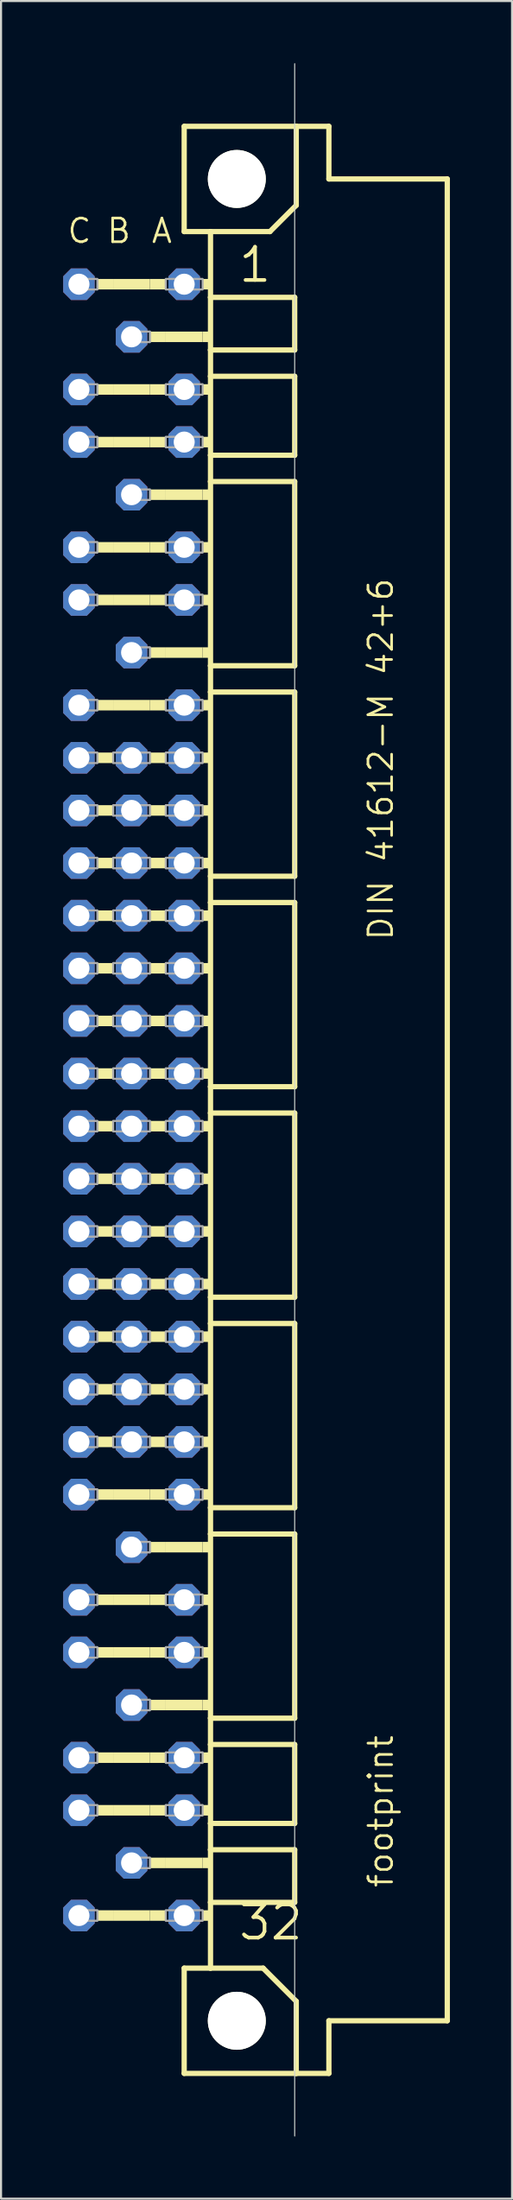
<source format=kicad_pcb>
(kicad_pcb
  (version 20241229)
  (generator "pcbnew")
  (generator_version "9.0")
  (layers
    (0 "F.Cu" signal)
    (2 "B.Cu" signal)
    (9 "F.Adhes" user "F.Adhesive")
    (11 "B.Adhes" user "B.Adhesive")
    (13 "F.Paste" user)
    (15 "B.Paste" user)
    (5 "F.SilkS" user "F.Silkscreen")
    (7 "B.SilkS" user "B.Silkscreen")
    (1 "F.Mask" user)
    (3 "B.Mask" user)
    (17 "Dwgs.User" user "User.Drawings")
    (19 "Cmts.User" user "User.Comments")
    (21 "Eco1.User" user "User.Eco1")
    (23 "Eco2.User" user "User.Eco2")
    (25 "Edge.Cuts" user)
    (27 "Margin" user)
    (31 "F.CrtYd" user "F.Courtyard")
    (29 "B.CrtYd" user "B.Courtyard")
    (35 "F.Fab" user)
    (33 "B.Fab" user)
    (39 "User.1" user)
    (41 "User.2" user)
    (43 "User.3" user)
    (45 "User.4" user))
  (footprint "footprint"
    (layer "F.Cu")
    (at 8.382 50.038)
    (property "Reference" "footprint" (at 7.62 38.1 90) (layer "F.SilkS") (effects (font (size 1.143 1.143) (thickness 0.127)) (justify left bottom)))
    (fp_line (start -2.54 -46.99) (end -2.54 -41.91) (stroke (width 0.254) (type solid)) (layer "F.SilkS"))
    (fp_line (start -2.54 -41.91) (end -1.27 -41.91) (stroke (width 0.254) (type solid)) (layer "F.SilkS"))
    (fp_line (start -2.54 41.91) (end -2.54 46.99) (stroke (width 0.254) (type solid)) (layer "F.SilkS"))
    (fp_line (start -2.54 41.91) (end -1.27 41.91) (stroke (width 0.254) (type solid)) (layer "F.SilkS"))
    (fp_line (start -2.54 46.99) (end 2.87 46.99) (stroke (width 0.254) (type solid)) (layer "F.SilkS"))
    (fp_line (start -1.27 -41.91) (end -1.27 -38.735) (stroke (width 0.254) (type solid)) (layer "F.SilkS"))
    (fp_line (start -1.27 -41.91) (end 1.6 -41.91) (stroke (width 0.254) (type solid)) (layer "F.SilkS"))
    (fp_line (start -1.27 -38.735) (end -1.27 -36.195) (stroke (width 0.254) (type solid)) (layer "F.SilkS"))
    (fp_line (start -1.27 -36.195) (end -1.27 -34.925) (stroke (width 0.254) (type solid)) (layer "F.SilkS"))
    (fp_line (start -1.27 -34.925) (end -1.27 -31.115) (stroke (width 0.254) (type solid)) (layer "F.SilkS"))
    (fp_line (start -1.27 -31.115) (end -1.27 -29.845) (stroke (width 0.254) (type solid)) (layer "F.SilkS"))
    (fp_line (start -1.27 -29.845) (end -1.27 -20.955) (stroke (width 0.254) (type solid)) (layer "F.SilkS"))
    (fp_line (start -1.27 -20.955) (end -1.27 -19.685) (stroke (width 0.254) (type solid)) (layer "F.SilkS"))
    (fp_line (start -1.27 -19.685) (end -1.27 -10.795) (stroke (width 0.254) (type solid)) (layer "F.SilkS"))
    (fp_line (start -1.27 -10.795) (end -1.27 -9.525) (stroke (width 0.254) (type solid)) (layer "F.SilkS"))
    (fp_line (start -1.27 -9.525) (end -1.27 -0.635) (stroke (width 0.254) (type solid)) (layer "F.SilkS"))
    (fp_line (start -1.27 -0.635) (end -1.27 0.635) (stroke (width 0.254) (type solid)) (layer "F.SilkS"))
    (fp_line (start -1.27 0.635) (end -1.27 9.525) (stroke (width 0.254) (type solid)) (layer "F.SilkS"))
    (fp_line (start -1.27 9.525) (end -1.27 10.795) (stroke (width 0.254) (type solid)) (layer "F.SilkS"))
    (fp_line (start -1.27 10.795) (end -1.27 19.685) (stroke (width 0.254) (type solid)) (layer "F.SilkS"))
    (fp_line (start -1.27 19.685) (end -1.27 20.955) (stroke (width 0.254) (type solid)) (layer "F.SilkS"))
    (fp_line (start -1.27 20.955) (end -1.27 29.845) (stroke (width 0.254) (type solid)) (layer "F.SilkS"))
    (fp_line (start -1.27 29.845) (end -1.27 31.115) (stroke (width 0.254) (type solid)) (layer "F.SilkS"))
    (fp_line (start -1.27 31.115) (end -1.27 34.925) (stroke (width 0.254) (type solid)) (layer "F.SilkS"))
    (fp_line (start -1.27 34.925) (end -1.27 36.195) (stroke (width 0.254) (type solid)) (layer "F.SilkS"))
    (fp_line (start -1.27 36.195) (end -1.27 38.735) (stroke (width 0.254) (type solid)) (layer "F.SilkS"))
    (fp_line (start -1.27 38.735) (end -1.27 41.91) (stroke (width 0.254) (type solid)) (layer "F.SilkS"))
    (fp_line (start -1.27 41.91) (end 1.27 41.91) (stroke (width 0.254) (type solid)) (layer "F.SilkS"))
    (fp_line (start 1.6 -41.91) (end 2.87 -43.18) (stroke (width 0.254) (type solid)) (layer "F.SilkS"))
    (fp_line (start 2.794 -38.735) (end -1.27 -38.735) (stroke (width 0.254) (type solid)) (layer "F.SilkS"))
    (fp_line (start 2.794 -38.735) (end 2.794 -36.195) (stroke (width 0.254) (type solid)) (layer "F.SilkS"))
    (fp_line (start 2.794 -36.195) (end -1.27 -36.195) (stroke (width 0.254) (type solid)) (layer "F.SilkS"))
    (fp_line (start 2.794 -34.925) (end -1.27 -34.925) (stroke (width 0.254) (type solid)) (layer "F.SilkS"))
    (fp_line (start 2.794 -34.925) (end 2.794 -31.115) (stroke (width 0.254) (type solid)) (layer "F.SilkS"))
    (fp_line (start 2.794 -31.115) (end -1.27 -31.115) (stroke (width 0.254) (type solid)) (layer "F.SilkS"))
    (fp_line (start 2.794 -29.845) (end -1.27 -29.845) (stroke (width 0.254) (type solid)) (layer "F.SilkS"))
    (fp_line (start 2.794 -29.845) (end 2.794 -20.955) (stroke (width 0.254) (type solid)) (layer "F.SilkS"))
    (fp_line (start 2.794 -20.955) (end -1.27 -20.955) (stroke (width 0.254) (type solid)) (layer "F.SilkS"))
    (fp_line (start 2.794 -19.685) (end -1.27 -19.685) (stroke (width 0.254) (type solid)) (layer "F.SilkS"))
    (fp_line (start 2.794 -19.685) (end 2.794 -10.795) (stroke (width 0.254) (type solid)) (layer "F.SilkS"))
    (fp_line (start 2.794 -10.795) (end -1.27 -10.795) (stroke (width 0.254) (type solid)) (layer "F.SilkS"))
    (fp_line (start 2.794 -9.525) (end -1.27 -9.525) (stroke (width 0.254) (type solid)) (layer "F.SilkS"))
    (fp_line (start 2.794 -9.525) (end 2.794 -0.635) (stroke (width 0.254) (type solid)) (layer "F.SilkS"))
    (fp_line (start 2.794 -0.635) (end -1.27 -0.635) (stroke (width 0.254) (type solid)) (layer "F.SilkS"))
    (fp_line (start 2.794 0.635) (end -1.27 0.635) (stroke (width 0.254) (type solid)) (layer "F.SilkS"))
    (fp_line (start 2.794 0.635) (end 2.794 9.525) (stroke (width 0.254) (type solid)) (layer "F.SilkS"))
    (fp_line (start 2.794 9.525) (end -1.27 9.525) (stroke (width 0.254) (type solid)) (layer "F.SilkS"))
    (fp_line (start 2.794 10.795) (end -1.27 10.795) (stroke (width 0.254) (type solid)) (layer "F.SilkS"))
    (fp_line (start 2.794 10.795) (end 2.794 19.685) (stroke (width 0.254) (type solid)) (layer "F.SilkS"))
    (fp_line (start 2.794 19.685) (end -1.27 19.685) (stroke (width 0.254) (type solid)) (layer "F.SilkS"))
    (fp_line (start 2.794 20.955) (end -1.27 20.955) (stroke (width 0.254) (type solid)) (layer "F.SilkS"))
    (fp_line (start 2.794 20.955) (end 2.794 29.845) (stroke (width 0.254) (type solid)) (layer "F.SilkS"))
    (fp_line (start 2.794 29.845) (end -1.27 29.845) (stroke (width 0.254) (type solid)) (layer "F.SilkS"))
    (fp_line (start 2.794 31.115) (end -1.27 31.115) (stroke (width 0.254) (type solid)) (layer "F.SilkS"))
    (fp_line (start 2.794 31.115) (end 2.794 34.925) (stroke (width 0.254) (type solid)) (layer "F.SilkS"))
    (fp_line (start 2.794 34.925) (end -1.27 34.925) (stroke (width 0.254) (type solid)) (layer "F.SilkS"))
    (fp_line (start 2.794 36.195) (end -1.27 36.195) (stroke (width 0.254) (type solid)) (layer "F.SilkS"))
    (fp_line (start 2.794 36.195) (end 2.794 38.735) (stroke (width 0.254) (type solid)) (layer "F.SilkS"))
    (fp_line (start 2.794 38.735) (end -1.27 38.735) (stroke (width 0.254) (type solid)) (layer "F.SilkS"))
    (fp_line (start 2.87 -46.99) (end -2.54 -46.99) (stroke (width 0.254) (type solid)) (layer "F.SilkS"))
    (fp_line (start 2.87 -43.18) (end 2.87 -46.99) (stroke (width 0.254) (type solid)) (layer "F.SilkS"))
    (fp_line (start 2.87 43.51) (end 1.27 41.91) (stroke (width 0.254) (type solid)) (layer "F.SilkS"))
    (fp_line (start 2.87 43.51) (end 2.87 46.99) (stroke (width 0.254) (type solid)) (layer "F.SilkS"))
    (fp_line (start 2.87 46.99) (end 4.445 46.99) (stroke (width 0.254) (type solid)) (layer "F.SilkS"))
    (fp_line (start 4.445 -46.99) (end 2.87 -46.99) (stroke (width 0.254) (type solid)) (layer "F.SilkS"))
    (fp_line (start 4.445 -44.45) (end 4.445 -46.99) (stroke (width 0.254) (type solid)) (layer "F.SilkS"))
    (fp_line (start 4.445 44.45) (end 10.16 44.45) (stroke (width 0.254) (type solid)) (layer "F.SilkS"))
    (fp_line (start 4.445 46.99) (end 4.445 44.45) (stroke (width 0.254) (type solid)) (layer "F.SilkS"))
    (fp_line (start 10.16 -44.45) (end 4.445 -44.45) (stroke (width 0.254) (type solid)) (layer "F.SilkS"))
    (fp_line (start 10.16 44.45) (end 10.16 -44.45) (stroke (width 0.254) (type solid)) (layer "F.SilkS"))
    (fp_circle (center 0 -44.45) (end 1.27 -44.45) (stroke (width 0.254) (type solid)) (fill no) (layer "F.SilkS"))
    (fp_circle (center 0 44.45) (end 1.27 44.45) (stroke (width 0.254) (type solid)) (fill no) (layer "F.SilkS"))
    (fp_poly (pts (xy -6.731 -39.116) (xy -5.969 -39.116) (xy -5.969 -39.624) (xy -6.731 -39.624)) (stroke (width 0) (type solid)) (fill yes) (layer "F.SilkS"))
    (fp_poly (pts (xy -6.731 -34.036) (xy -5.969 -34.036) (xy -5.969 -34.544) (xy -6.731 -34.544)) (stroke (width 0) (type solid)) (fill yes) (layer "F.SilkS"))
    (fp_poly (pts (xy -6.731 -31.496) (xy -5.969 -31.496) (xy -5.969 -32.004) (xy -6.731 -32.004)) (stroke (width 0) (type solid)) (fill yes) (layer "F.SilkS"))
    (fp_poly (pts (xy -6.731 -26.416) (xy -5.969 -26.416) (xy -5.969 -26.924) (xy -6.731 -26.924)) (stroke (width 0) (type solid)) (fill yes) (layer "F.SilkS"))
    (fp_poly (pts (xy -6.731 -23.876) (xy -5.969 -23.876) (xy -5.969 -24.384) (xy -6.731 -24.384)) (stroke (width 0) (type solid)) (fill yes) (layer "F.SilkS"))
    (fp_poly (pts (xy -6.731 -18.796) (xy -5.969 -18.796) (xy -5.969 -19.304) (xy -6.731 -19.304)) (stroke (width 0) (type solid)) (fill yes) (layer "F.SilkS"))
    (fp_poly (pts (xy -6.731 -16.256) (xy -5.969 -16.256) (xy -5.969 -16.764) (xy -6.731 -16.764)) (stroke (width 0) (type solid)) (fill yes) (layer "F.SilkS"))
    (fp_poly (pts (xy -6.731 -13.716) (xy -5.969 -13.716) (xy -5.969 -14.224) (xy -6.731 -14.224)) (stroke (width 0) (type solid)) (fill yes) (layer "F.SilkS"))
    (fp_poly (pts (xy -6.731 -11.176) (xy -5.969 -11.176) (xy -5.969 -11.684) (xy -6.731 -11.684)) (stroke (width 0) (type solid)) (fill yes) (layer "F.SilkS"))
    (fp_poly (pts (xy -6.731 -8.636) (xy -5.969 -8.636) (xy -5.969 -9.144) (xy -6.731 -9.144)) (stroke (width 0) (type solid)) (fill yes) (layer "F.SilkS"))
    (fp_poly (pts (xy -6.731 -6.096) (xy -5.969 -6.096) (xy -5.969 -6.604) (xy -6.731 -6.604)) (stroke (width 0) (type solid)) (fill yes) (layer "F.SilkS"))
    (fp_poly (pts (xy -6.731 -3.556) (xy -5.969 -3.556) (xy -5.969 -4.064) (xy -6.731 -4.064)) (stroke (width 0) (type solid)) (fill yes) (layer "F.SilkS"))
    (fp_poly (pts (xy -6.731 -1.016) (xy -5.969 -1.016) (xy -5.969 -1.524) (xy -6.731 -1.524)) (stroke (width 0) (type solid)) (fill yes) (layer "F.SilkS"))
    (fp_poly (pts (xy -6.731 1.524) (xy -5.969 1.524) (xy -5.969 1.016) (xy -6.731 1.016)) (stroke (width 0) (type solid)) (fill yes) (layer "F.SilkS"))
    (fp_poly (pts (xy -6.731 4.064) (xy -5.969 4.064) (xy -5.969 3.556) (xy -6.731 3.556)) (stroke (width 0) (type solid)) (fill yes) (layer "F.SilkS"))
    (fp_poly (pts (xy -6.731 6.604) (xy -5.969 6.604) (xy -5.969 6.096) (xy -6.731 6.096)) (stroke (width 0) (type solid)) (fill yes) (layer "F.SilkS"))
    (fp_poly (pts (xy -6.731 9.144) (xy -5.969 9.144) (xy -5.969 8.636) (xy -6.731 8.636)) (stroke (width 0) (type solid)) (fill yes) (layer "F.SilkS"))
    (fp_poly (pts (xy -6.731 11.684) (xy -5.969 11.684) (xy -5.969 11.176) (xy -6.731 11.176)) (stroke (width 0) (type solid)) (fill yes) (layer "F.SilkS"))
    (fp_poly (pts (xy -6.731 14.224) (xy -5.969 14.224) (xy -5.969 13.716) (xy -6.731 13.716)) (stroke (width 0) (type solid)) (fill yes) (layer "F.SilkS"))
    (fp_poly (pts (xy -6.731 16.764) (xy -5.969 16.764) (xy -5.969 16.256) (xy -6.731 16.256)) (stroke (width 0) (type solid)) (fill yes) (layer "F.SilkS"))
    (fp_poly (pts (xy -6.731 19.304) (xy -5.969 19.304) (xy -5.969 18.796) (xy -6.731 18.796)) (stroke (width 0) (type solid)) (fill yes) (layer "F.SilkS"))
    (fp_poly (pts (xy -6.731 24.384) (xy -5.969 24.384) (xy -5.969 23.876) (xy -6.731 23.876)) (stroke (width 0) (type solid)) (fill yes) (layer "F.SilkS"))
    (fp_poly (pts (xy -6.731 26.924) (xy -5.969 26.924) (xy -5.969 26.416) (xy -6.731 26.416)) (stroke (width 0) (type solid)) (fill yes) (layer "F.SilkS"))
    (fp_poly (pts (xy -6.731 32.004) (xy -5.969 32.004) (xy -5.969 31.496) (xy -6.731 31.496)) (stroke (width 0) (type solid)) (fill yes) (layer "F.SilkS"))
    (fp_poly (pts (xy -6.731 34.544) (xy -5.969 34.544) (xy -5.969 34.036) (xy -6.731 34.036)) (stroke (width 0) (type solid)) (fill yes) (layer "F.SilkS"))
    (fp_poly (pts (xy -6.731 39.624) (xy -5.969 39.624) (xy -5.969 39.116) (xy -6.731 39.116)) (stroke (width 0) (type solid)) (fill yes) (layer "F.SilkS"))
    (fp_poly (pts (xy -5.969 -39.116) (xy -4.191 -39.116) (xy -4.191 -39.624) (xy -5.969 -39.624)) (stroke (width 0) (type solid)) (fill yes) (layer "F.SilkS"))
    (fp_poly (pts (xy -5.969 -34.036) (xy -4.191 -34.036) (xy -4.191 -34.544) (xy -5.969 -34.544)) (stroke (width 0) (type solid)) (fill yes) (layer "F.SilkS"))
    (fp_poly (pts (xy -5.969 -31.496) (xy -4.191 -31.496) (xy -4.191 -32.004) (xy -5.969 -32.004)) (stroke (width 0) (type solid)) (fill yes) (layer "F.SilkS"))
    (fp_poly (pts (xy -5.969 -26.416) (xy -4.191 -26.416) (xy -4.191 -26.924) (xy -5.969 -26.924)) (stroke (width 0) (type solid)) (fill yes) (layer "F.SilkS"))
    (fp_poly (pts (xy -5.969 -23.876) (xy -4.191 -23.876) (xy -4.191 -24.384) (xy -5.969 -24.384)) (stroke (width 0) (type solid)) (fill yes) (layer "F.SilkS"))
    (fp_poly (pts (xy -5.969 -18.796) (xy -4.191 -18.796) (xy -4.191 -19.304) (xy -5.969 -19.304)) (stroke (width 0) (type solid)) (fill yes) (layer "F.SilkS"))
    (fp_poly (pts (xy -5.969 19.304) (xy -4.191 19.304) (xy -4.191 18.796) (xy -5.969 18.796)) (stroke (width 0) (type solid)) (fill yes) (layer "F.SilkS"))
    (fp_poly (pts (xy -5.969 24.384) (xy -4.191 24.384) (xy -4.191 23.876) (xy -5.969 23.876)) (stroke (width 0) (type solid)) (fill yes) (layer "F.SilkS"))
    (fp_poly (pts (xy -5.969 26.924) (xy -4.191 26.924) (xy -4.191 26.416) (xy -5.969 26.416)) (stroke (width 0) (type solid)) (fill yes) (layer "F.SilkS"))
    (fp_poly (pts (xy -5.969 32.004) (xy -4.191 32.004) (xy -4.191 31.496) (xy -5.969 31.496)) (stroke (width 0) (type solid)) (fill yes) (layer "F.SilkS"))
    (fp_poly (pts (xy -5.969 34.544) (xy -4.191 34.544) (xy -4.191 34.036) (xy -5.969 34.036)) (stroke (width 0) (type solid)) (fill yes) (layer "F.SilkS"))
    (fp_poly (pts (xy -5.969 39.624) (xy -4.191 39.624) (xy -4.191 39.116) (xy -5.969 39.116)) (stroke (width 0) (type solid)) (fill yes) (layer "F.SilkS"))
    (fp_poly (pts (xy -4.191 -39.116) (xy -3.429 -39.116) (xy -3.429 -39.624) (xy -4.191 -39.624)) (stroke (width 0) (type solid)) (fill yes) (layer "F.SilkS"))
    (fp_poly (pts (xy -4.191 -36.576) (xy -3.429 -36.576) (xy -3.429 -37.084) (xy -4.191 -37.084)) (stroke (width 0) (type solid)) (fill yes) (layer "F.SilkS"))
    (fp_poly (pts (xy -4.191 -34.036) (xy -3.429 -34.036) (xy -3.429 -34.544) (xy -4.191 -34.544)) (stroke (width 0) (type solid)) (fill yes) (layer "F.SilkS"))
    (fp_poly (pts (xy -4.191 -31.496) (xy -3.429 -31.496) (xy -3.429 -32.004) (xy -4.191 -32.004)) (stroke (width 0) (type solid)) (fill yes) (layer "F.SilkS"))
    (fp_poly (pts (xy -4.191 -28.956) (xy -3.429 -28.956) (xy -3.429 -29.464) (xy -4.191 -29.464)) (stroke (width 0) (type solid)) (fill yes) (layer "F.SilkS"))
    (fp_poly (pts (xy -4.191 -26.416) (xy -3.429 -26.416) (xy -3.429 -26.924) (xy -4.191 -26.924)) (stroke (width 0) (type solid)) (fill yes) (layer "F.SilkS"))
    (fp_poly (pts (xy -4.191 -23.876) (xy -3.429 -23.876) (xy -3.429 -24.384) (xy -4.191 -24.384)) (stroke (width 0) (type solid)) (fill yes) (layer "F.SilkS"))
    (fp_poly (pts (xy -4.191 -21.336) (xy -3.429 -21.336) (xy -3.429 -21.844) (xy -4.191 -21.844)) (stroke (width 0) (type solid)) (fill yes) (layer "F.SilkS"))
    (fp_poly (pts (xy -4.191 -18.796) (xy -3.429 -18.796) (xy -3.429 -19.304) (xy -4.191 -19.304)) (stroke (width 0) (type solid)) (fill yes) (layer "F.SilkS"))
    (fp_poly (pts (xy -4.191 -16.256) (xy -3.429 -16.256) (xy -3.429 -16.764) (xy -4.191 -16.764)) (stroke (width 0) (type solid)) (fill yes) (layer "F.SilkS"))
    (fp_poly (pts (xy -4.191 -13.716) (xy -3.429 -13.716) (xy -3.429 -14.224) (xy -4.191 -14.224)) (stroke (width 0) (type solid)) (fill yes) (layer "F.SilkS"))
    (fp_poly (pts (xy -4.191 -11.176) (xy -3.429 -11.176) (xy -3.429 -11.684) (xy -4.191 -11.684)) (stroke (width 0) (type solid)) (fill yes) (layer "F.SilkS"))
    (fp_poly (pts (xy -4.191 -8.636) (xy -3.429 -8.636) (xy -3.429 -9.144) (xy -4.191 -9.144)) (stroke (width 0) (type solid)) (fill yes) (layer "F.SilkS"))
    (fp_poly (pts (xy -4.191 -6.096) (xy -3.429 -6.096) (xy -3.429 -6.604) (xy -4.191 -6.604)) (stroke (width 0) (type solid)) (fill yes) (layer "F.SilkS"))
    (fp_poly (pts (xy -4.191 -3.556) (xy -3.429 -3.556) (xy -3.429 -4.064) (xy -4.191 -4.064)) (stroke (width 0) (type solid)) (fill yes) (layer "F.SilkS"))
    (fp_poly (pts (xy -4.191 -1.016) (xy -3.429 -1.016) (xy -3.429 -1.524) (xy -4.191 -1.524)) (stroke (width 0) (type solid)) (fill yes) (layer "F.SilkS"))
    (fp_poly (pts (xy -4.191 1.524) (xy -3.429 1.524) (xy -3.429 1.016) (xy -4.191 1.016)) (stroke (width 0) (type solid)) (fill yes) (layer "F.SilkS"))
    (fp_poly (pts (xy -4.191 4.064) (xy -3.429 4.064) (xy -3.429 3.556) (xy -4.191 3.556)) (stroke (width 0) (type solid)) (fill yes) (layer "F.SilkS"))
    (fp_poly (pts (xy -4.191 6.604) (xy -3.429 6.604) (xy -3.429 6.096) (xy -4.191 6.096)) (stroke (width 0) (type solid)) (fill yes) (layer "F.SilkS"))
    (fp_poly (pts (xy -4.191 9.144) (xy -3.429 9.144) (xy -3.429 8.636) (xy -4.191 8.636)) (stroke (width 0) (type solid)) (fill yes) (layer "F.SilkS"))
    (fp_poly (pts (xy -4.191 11.684) (xy -3.429 11.684) (xy -3.429 11.176) (xy -4.191 11.176)) (stroke (width 0) (type solid)) (fill yes) (layer "F.SilkS"))
    (fp_poly (pts (xy -4.191 14.224) (xy -3.429 14.224) (xy -3.429 13.716) (xy -4.191 13.716)) (stroke (width 0) (type solid)) (fill yes) (layer "F.SilkS"))
    (fp_poly (pts (xy -4.191 16.764) (xy -3.429 16.764) (xy -3.429 16.256) (xy -4.191 16.256)) (stroke (width 0) (type solid)) (fill yes) (layer "F.SilkS"))
    (fp_poly (pts (xy -4.191 19.304) (xy -3.429 19.304) (xy -3.429 18.796) (xy -4.191 18.796)) (stroke (width 0) (type solid)) (fill yes) (layer "F.SilkS"))
    (fp_poly (pts (xy -4.191 21.844) (xy -3.429 21.844) (xy -3.429 21.336) (xy -4.191 21.336)) (stroke (width 0) (type solid)) (fill yes) (layer "F.SilkS"))
    (fp_poly (pts (xy -4.191 24.384) (xy -3.429 24.384) (xy -3.429 23.876) (xy -4.191 23.876)) (stroke (width 0) (type solid)) (fill yes) (layer "F.SilkS"))
    (fp_poly (pts (xy -4.191 26.924) (xy -3.429 26.924) (xy -3.429 26.416) (xy -4.191 26.416)) (stroke (width 0) (type solid)) (fill yes) (layer "F.SilkS"))
    (fp_poly (pts (xy -4.191 29.464) (xy -3.429 29.464) (xy -3.429 28.956) (xy -4.191 28.956)) (stroke (width 0) (type solid)) (fill yes) (layer "F.SilkS"))
    (fp_poly (pts (xy -4.191 32.004) (xy -3.429 32.004) (xy -3.429 31.496) (xy -4.191 31.496)) (stroke (width 0) (type solid)) (fill yes) (layer "F.SilkS"))
    (fp_poly (pts (xy -4.191 34.544) (xy -3.429 34.544) (xy -3.429 34.036) (xy -4.191 34.036)) (stroke (width 0) (type solid)) (fill yes) (layer "F.SilkS"))
    (fp_poly (pts (xy -4.191 37.084) (xy -3.429 37.084) (xy -3.429 36.576) (xy -4.191 36.576)) (stroke (width 0) (type solid)) (fill yes) (layer "F.SilkS"))
    (fp_poly (pts (xy -4.191 39.624) (xy -3.429 39.624) (xy -3.429 39.116) (xy -4.191 39.116)) (stroke (width 0) (type solid)) (fill yes) (layer "F.SilkS"))
    (fp_poly (pts (xy -3.429 -36.576) (xy -1.651 -36.576) (xy -1.651 -37.084) (xy -3.429 -37.084)) (stroke (width 0) (type solid)) (fill yes) (layer "F.SilkS"))
    (fp_poly (pts (xy -3.429 -28.956) (xy -1.651 -28.956) (xy -1.651 -29.464) (xy -3.429 -29.464)) (stroke (width 0) (type solid)) (fill yes) (layer "F.SilkS"))
    (fp_poly (pts (xy -3.429 -21.336) (xy -1.651 -21.336) (xy -1.651 -21.844) (xy -3.429 -21.844)) (stroke (width 0) (type solid)) (fill yes) (layer "F.SilkS"))
    (fp_poly (pts (xy -3.429 21.844) (xy -1.651 21.844) (xy -1.651 21.336) (xy -3.429 21.336)) (stroke (width 0) (type solid)) (fill yes) (layer "F.SilkS"))
    (fp_poly (pts (xy -3.429 29.464) (xy -1.651 29.464) (xy -1.651 28.956) (xy -3.429 28.956)) (stroke (width 0) (type solid)) (fill yes) (layer "F.SilkS"))
    (fp_poly (pts (xy -3.429 37.084) (xy -1.651 37.084) (xy -1.651 36.576) (xy -3.429 36.576)) (stroke (width 0) (type solid)) (fill yes) (layer "F.SilkS"))
    (fp_poly (pts (xy -1.651 -39.116) (xy -1.27 -39.116) (xy -1.27 -39.624) (xy -1.651 -39.624)) (stroke (width 0) (type solid)) (fill yes) (layer "F.SilkS"))
    (fp_poly (pts (xy -1.651 -36.576) (xy -1.27 -36.576) (xy -1.27 -37.084) (xy -1.651 -37.084)) (stroke (width 0) (type solid)) (fill yes) (layer "F.SilkS"))
    (fp_poly (pts (xy -1.651 -34.036) (xy -1.27 -34.036) (xy -1.27 -34.544) (xy -1.651 -34.544)) (stroke (width 0) (type solid)) (fill yes) (layer "F.SilkS"))
    (fp_poly (pts (xy -1.651 -31.496) (xy -1.27 -31.496) (xy -1.27 -32.004) (xy -1.651 -32.004)) (stroke (width 0) (type solid)) (fill yes) (layer "F.SilkS"))
    (fp_poly (pts (xy -1.651 -28.956) (xy -1.27 -28.956) (xy -1.27 -29.464) (xy -1.651 -29.464)) (stroke (width 0) (type solid)) (fill yes) (layer "F.SilkS"))
    (fp_poly (pts (xy -1.651 -26.416) (xy -1.27 -26.416) (xy -1.27 -26.924) (xy -1.651 -26.924)) (stroke (width 0) (type solid)) (fill yes) (layer "F.SilkS"))
    (fp_poly (pts (xy -1.651 -23.876) (xy -1.27 -23.876) (xy -1.27 -24.384) (xy -1.651 -24.384)) (stroke (width 0) (type solid)) (fill yes) (layer "F.SilkS"))
    (fp_poly (pts (xy -1.651 -21.336) (xy -1.27 -21.336) (xy -1.27 -21.844) (xy -1.651 -21.844)) (stroke (width 0) (type solid)) (fill yes) (layer "F.SilkS"))
    (fp_poly (pts (xy -1.651 -18.796) (xy -1.27 -18.796) (xy -1.27 -19.304) (xy -1.651 -19.304)) (stroke (width 0) (type solid)) (fill yes) (layer "F.SilkS"))
    (fp_poly (pts (xy -1.651 -16.256) (xy -1.27 -16.256) (xy -1.27 -16.764) (xy -1.651 -16.764)) (stroke (width 0) (type solid)) (fill yes) (layer "F.SilkS"))
    (fp_poly (pts (xy -1.651 -13.716) (xy -1.27 -13.716) (xy -1.27 -14.224) (xy -1.651 -14.224)) (stroke (width 0) (type solid)) (fill yes) (layer "F.SilkS"))
    (fp_poly (pts (xy -1.651 -11.176) (xy -1.27 -11.176) (xy -1.27 -11.684) (xy -1.651 -11.684)) (stroke (width 0) (type solid)) (fill yes) (layer "F.SilkS"))
    (fp_poly (pts (xy -1.651 -8.636) (xy -1.27 -8.636) (xy -1.27 -9.144) (xy -1.651 -9.144)) (stroke (width 0) (type solid)) (fill yes) (layer "F.SilkS"))
    (fp_poly (pts (xy -1.651 -6.096) (xy -1.27 -6.096) (xy -1.27 -6.604) (xy -1.651 -6.604)) (stroke (width 0) (type solid)) (fill yes) (layer "F.SilkS"))
    (fp_poly (pts (xy -1.651 -3.556) (xy -1.27 -3.556) (xy -1.27 -4.064) (xy -1.651 -4.064)) (stroke (width 0) (type solid)) (fill yes) (layer "F.SilkS"))
    (fp_poly (pts (xy -1.651 -1.016) (xy -1.27 -1.016) (xy -1.27 -1.524) (xy -1.651 -1.524)) (stroke (width 0) (type solid)) (fill yes) (layer "F.SilkS"))
    (fp_poly (pts (xy -1.651 1.524) (xy -1.27 1.524) (xy -1.27 1.016) (xy -1.651 1.016)) (stroke (width 0) (type solid)) (fill yes) (layer "F.SilkS"))
    (fp_poly (pts (xy -1.651 4.064) (xy -1.27 4.064) (xy -1.27 3.556) (xy -1.651 3.556)) (stroke (width 0) (type solid)) (fill yes) (layer "F.SilkS"))
    (fp_poly (pts (xy -1.651 6.604) (xy -1.27 6.604) (xy -1.27 6.096) (xy -1.651 6.096)) (stroke (width 0) (type solid)) (fill yes) (layer "F.SilkS"))
    (fp_poly (pts (xy -1.651 9.144) (xy -1.27 9.144) (xy -1.27 8.636) (xy -1.651 8.636)) (stroke (width 0) (type solid)) (fill yes) (layer "F.SilkS"))
    (fp_poly (pts (xy -1.651 11.684) (xy -1.27 11.684) (xy -1.27 11.176) (xy -1.651 11.176)) (stroke (width 0) (type solid)) (fill yes) (layer "F.SilkS"))
    (fp_poly (pts (xy -1.651 14.224) (xy -1.27 14.224) (xy -1.27 13.716) (xy -1.651 13.716)) (stroke (width 0) (type solid)) (fill yes) (layer "F.SilkS"))
    (fp_poly (pts (xy -1.651 16.764) (xy -1.27 16.764) (xy -1.27 16.256) (xy -1.651 16.256)) (stroke (width 0) (type solid)) (fill yes) (layer "F.SilkS"))
    (fp_poly (pts (xy -1.651 19.304) (xy -1.27 19.304) (xy -1.27 18.796) (xy -1.651 18.796)) (stroke (width 0) (type solid)) (fill yes) (layer "F.SilkS"))
    (fp_poly (pts (xy -1.651 21.844) (xy -1.27 21.844) (xy -1.27 21.336) (xy -1.651 21.336)) (stroke (width 0) (type solid)) (fill yes) (layer "F.SilkS"))
    (fp_poly (pts (xy -1.651 24.384) (xy -1.27 24.384) (xy -1.27 23.876) (xy -1.651 23.876)) (stroke (width 0) (type solid)) (fill yes) (layer "F.SilkS"))
    (fp_poly (pts (xy -1.651 26.924) (xy -1.27 26.924) (xy -1.27 26.416) (xy -1.651 26.416)) (stroke (width 0) (type solid)) (fill yes) (layer "F.SilkS"))
    (fp_poly (pts (xy -1.651 29.464) (xy -1.27 29.464) (xy -1.27 28.956) (xy -1.651 28.956)) (stroke (width 0) (type solid)) (fill yes) (layer "F.SilkS"))
    (fp_poly (pts (xy -1.651 32.004) (xy -1.27 32.004) (xy -1.27 31.496) (xy -1.651 31.496)) (stroke (width 0) (type solid)) (fill yes) (layer "F.SilkS"))
    (fp_poly (pts (xy -1.651 34.544) (xy -1.27 34.544) (xy -1.27 34.036) (xy -1.651 34.036)) (stroke (width 0) (type solid)) (fill yes) (layer "F.SilkS"))
    (fp_poly (pts (xy -1.651 37.084) (xy -1.27 37.084) (xy -1.27 36.576) (xy -1.651 36.576)) (stroke (width 0) (type solid)) (fill yes) (layer "F.SilkS"))
    (fp_poly (pts (xy -1.651 39.624) (xy -1.27 39.624) (xy -1.27 39.116) (xy -1.651 39.116)) (stroke (width 0) (type solid)) (fill yes) (layer "F.SilkS"))
    (fp_line (start 2.794 50.013) (end 2.794 -50.013) (stroke (width 0.05) (type solid)) (layer "Edge.Cuts"))
    (fp_poly (pts (xy -7.874 -39.116) (xy -6.731 -39.116) (xy -6.731 -39.624) (xy -7.874 -39.624)) (stroke (width 0.1) (type solid)) (fill no) (layer "F.Fab"))
    (fp_poly (pts (xy -7.874 -34.036) (xy -6.731 -34.036) (xy -6.731 -34.544) (xy -7.874 -34.544)) (stroke (width 0.1) (type solid)) (fill no) (layer "F.Fab"))
    (fp_poly (pts (xy -7.874 -31.496) (xy -6.731 -31.496) (xy -6.731 -32.004) (xy -7.874 -32.004)) (stroke (width 0.1) (type solid)) (fill no) (layer "F.Fab"))
    (fp_poly (pts (xy -7.874 -26.416) (xy -6.731 -26.416) (xy -6.731 -26.924) (xy -7.874 -26.924)) (stroke (width 0.1) (type solid)) (fill no) (layer "F.Fab"))
    (fp_poly (pts (xy -7.874 -23.876) (xy -6.731 -23.876) (xy -6.731 -24.384) (xy -7.874 -24.384)) (stroke (width 0.1) (type solid)) (fill no) (layer "F.Fab"))
    (fp_poly (pts (xy -7.874 -18.796) (xy -6.731 -18.796) (xy -6.731 -19.304) (xy -7.874 -19.304)) (stroke (width 0.1) (type solid)) (fill no) (layer "F.Fab"))
    (fp_poly (pts (xy -7.874 -16.256) (xy -6.731 -16.256) (xy -6.731 -16.764) (xy -7.874 -16.764)) (stroke (width 0.1) (type solid)) (fill no) (layer "F.Fab"))
    (fp_poly (pts (xy -7.874 -13.716) (xy -6.731 -13.716) (xy -6.731 -14.224) (xy -7.874 -14.224)) (stroke (width 0.1) (type solid)) (fill no) (layer "F.Fab"))
    (fp_poly (pts (xy -7.874 -11.176) (xy -6.731 -11.176) (xy -6.731 -11.684) (xy -7.874 -11.684)) (stroke (width 0.1) (type solid)) (fill no) (layer "F.Fab"))
    (fp_poly (pts (xy -7.874 -8.636) (xy -6.731 -8.636) (xy -6.731 -9.144) (xy -7.874 -9.144)) (stroke (width 0.1) (type solid)) (fill no) (layer "F.Fab"))
    (fp_poly (pts (xy -7.874 -6.096) (xy -6.731 -6.096) (xy -6.731 -6.604) (xy -7.874 -6.604)) (stroke (width 0.1) (type solid)) (fill no) (layer "F.Fab"))
    (fp_poly (pts (xy -7.874 -3.556) (xy -6.731 -3.556) (xy -6.731 -4.064) (xy -7.874 -4.064)) (stroke (width 0.1) (type solid)) (fill no) (layer "F.Fab"))
    (fp_poly (pts (xy -7.874 -1.016) (xy -6.731 -1.016) (xy -6.731 -1.524) (xy -7.874 -1.524)) (stroke (width 0.1) (type solid)) (fill no) (layer "F.Fab"))
    (fp_poly (pts (xy -7.874 1.524) (xy -6.731 1.524) (xy -6.731 1.016) (xy -7.874 1.016)) (stroke (width 0.1) (type solid)) (fill no) (layer "F.Fab"))
    (fp_poly (pts (xy -7.874 4.064) (xy -6.731 4.064) (xy -6.731 3.556) (xy -7.874 3.556)) (stroke (width 0.1) (type solid)) (fill no) (layer "F.Fab"))
    (fp_poly (pts (xy -7.874 6.604) (xy -6.731 6.604) (xy -6.731 6.096) (xy -7.874 6.096)) (stroke (width 0.1) (type solid)) (fill no) (layer "F.Fab"))
    (fp_poly (pts (xy -7.874 9.144) (xy -6.731 9.144) (xy -6.731 8.636) (xy -7.874 8.636)) (stroke (width 0.1) (type solid)) (fill no) (layer "F.Fab"))
    (fp_poly (pts (xy -7.874 11.684) (xy -6.731 11.684) (xy -6.731 11.176) (xy -7.874 11.176)) (stroke (width 0.1) (type solid)) (fill no) (layer "F.Fab"))
    (fp_poly (pts (xy -7.874 14.224) (xy -6.731 14.224) (xy -6.731 13.716) (xy -7.874 13.716)) (stroke (width 0.1) (type solid)) (fill no) (layer "F.Fab"))
    (fp_poly (pts (xy -7.874 16.764) (xy -6.731 16.764) (xy -6.731 16.256) (xy -7.874 16.256)) (stroke (width 0.1) (type solid)) (fill no) (layer "F.Fab"))
    (fp_poly (pts (xy -7.874 19.304) (xy -6.731 19.304) (xy -6.731 18.796) (xy -7.874 18.796)) (stroke (width 0.1) (type solid)) (fill no) (layer "F.Fab"))
    (fp_poly (pts (xy -7.874 24.384) (xy -6.731 24.384) (xy -6.731 23.876) (xy -7.874 23.876)) (stroke (width 0.1) (type solid)) (fill no) (layer "F.Fab"))
    (fp_poly (pts (xy -7.874 26.924) (xy -6.731 26.924) (xy -6.731 26.416) (xy -7.874 26.416)) (stroke (width 0.1) (type solid)) (fill no) (layer "F.Fab"))
    (fp_poly (pts (xy -7.874 32.004) (xy -6.731 32.004) (xy -6.731 31.496) (xy -7.874 31.496)) (stroke (width 0.1) (type solid)) (fill no) (layer "F.Fab"))
    (fp_poly (pts (xy -7.874 34.544) (xy -6.731 34.544) (xy -6.731 34.036) (xy -7.874 34.036)) (stroke (width 0.1) (type solid)) (fill no) (layer "F.Fab"))
    (fp_poly (pts (xy -7.874 39.624) (xy -6.731 39.624) (xy -6.731 39.116) (xy -7.874 39.116)) (stroke (width 0.1) (type solid)) (fill no) (layer "F.Fab"))
    (fp_poly (pts (xy -5.969 -16.256) (xy -4.191 -16.256) (xy -4.191 -16.764) (xy -5.969 -16.764)) (stroke (width 0.1) (type solid)) (fill no) (layer "F.Fab"))
    (fp_poly (pts (xy -5.969 -13.716) (xy -4.191 -13.716) (xy -4.191 -14.224) (xy -5.969 -14.224)) (stroke (width 0.1) (type solid)) (fill no) (layer "F.Fab"))
    (fp_poly (pts (xy -5.969 -11.176) (xy -4.191 -11.176) (xy -4.191 -11.684) (xy -5.969 -11.684)) (stroke (width 0.1) (type solid)) (fill no) (layer "F.Fab"))
    (fp_poly (pts (xy -5.969 -8.636) (xy -4.191 -8.636) (xy -4.191 -9.144) (xy -5.969 -9.144)) (stroke (width 0.1) (type solid)) (fill no) (layer "F.Fab"))
    (fp_poly (pts (xy -5.969 -6.096) (xy -4.191 -6.096) (xy -4.191 -6.604) (xy -5.969 -6.604)) (stroke (width 0.1) (type solid)) (fill no) (layer "F.Fab"))
    (fp_poly (pts (xy -5.969 -3.556) (xy -4.191 -3.556) (xy -4.191 -4.064) (xy -5.969 -4.064)) (stroke (width 0.1) (type solid)) (fill no) (layer "F.Fab"))
    (fp_poly (pts (xy -5.969 -1.016) (xy -4.191 -1.016) (xy -4.191 -1.524) (xy -5.969 -1.524)) (stroke (width 0.1) (type solid)) (fill no) (layer "F.Fab"))
    (fp_poly (pts (xy -5.969 1.524) (xy -4.191 1.524) (xy -4.191 1.016) (xy -5.969 1.016)) (stroke (width 0.1) (type solid)) (fill no) (layer "F.Fab"))
    (fp_poly (pts (xy -5.969 4.064) (xy -4.191 4.064) (xy -4.191 3.556) (xy -5.969 3.556)) (stroke (width 0.1) (type solid)) (fill no) (layer "F.Fab"))
    (fp_poly (pts (xy -5.969 6.604) (xy -4.191 6.604) (xy -4.191 6.096) (xy -5.969 6.096)) (stroke (width 0.1) (type solid)) (fill no) (layer "F.Fab"))
    (fp_poly (pts (xy -5.969 9.144) (xy -4.191 9.144) (xy -4.191 8.636) (xy -5.969 8.636)) (stroke (width 0.1) (type solid)) (fill no) (layer "F.Fab"))
    (fp_poly (pts (xy -5.969 11.684) (xy -4.191 11.684) (xy -4.191 11.176) (xy -5.969 11.176)) (stroke (width 0.1) (type solid)) (fill no) (layer "F.Fab"))
    (fp_poly (pts (xy -5.969 14.224) (xy -4.191 14.224) (xy -4.191 13.716) (xy -5.969 13.716)) (stroke (width 0.1) (type solid)) (fill no) (layer "F.Fab"))
    (fp_poly (pts (xy -5.969 16.764) (xy -4.191 16.764) (xy -4.191 16.256) (xy -5.969 16.256)) (stroke (width 0.1) (type solid)) (fill no) (layer "F.Fab"))
    (fp_poly (pts (xy -5.334 -36.576) (xy -4.191 -36.576) (xy -4.191 -37.084) (xy -5.334 -37.084)) (stroke (width 0.1) (type solid)) (fill no) (layer "F.Fab"))
    (fp_poly (pts (xy -5.334 -28.956) (xy -4.191 -28.956) (xy -4.191 -29.464) (xy -5.334 -29.464)) (stroke (width 0.1) (type solid)) (fill no) (layer "F.Fab"))
    (fp_poly (pts (xy -5.334 -21.336) (xy -4.191 -21.336) (xy -4.191 -21.844) (xy -5.334 -21.844)) (stroke (width 0.1) (type solid)) (fill no) (layer "F.Fab"))
    (fp_poly (pts (xy -5.334 21.844) (xy -4.191 21.844) (xy -4.191 21.336) (xy -5.334 21.336)) (stroke (width 0.1) (type solid)) (fill no) (layer "F.Fab"))
    (fp_poly (pts (xy -5.334 29.464) (xy -4.191 29.464) (xy -4.191 28.956) (xy -5.334 28.956)) (stroke (width 0.1) (type solid)) (fill no) (layer "F.Fab"))
    (fp_poly (pts (xy -5.334 37.084) (xy -4.191 37.084) (xy -4.191 36.576) (xy -5.334 36.576)) (stroke (width 0.1) (type solid)) (fill no) (layer "F.Fab"))
    (fp_poly (pts (xy -3.429 -39.116) (xy -1.651 -39.116) (xy -1.651 -39.624) (xy -3.429 -39.624)) (stroke (width 0.1) (type solid)) (fill no) (layer "F.Fab"))
    (fp_poly (pts (xy -3.429 -34.036) (xy -1.651 -34.036) (xy -1.651 -34.544) (xy -3.429 -34.544)) (stroke (width 0.1) (type solid)) (fill no) (layer "F.Fab"))
    (fp_poly (pts (xy -3.429 -31.496) (xy -1.651 -31.496) (xy -1.651 -32.004) (xy -3.429 -32.004)) (stroke (width 0.1) (type solid)) (fill no) (layer "F.Fab"))
    (fp_poly (pts (xy -3.429 -26.416) (xy -1.651 -26.416) (xy -1.651 -26.924) (xy -3.429 -26.924)) (stroke (width 0.1) (type solid)) (fill no) (layer "F.Fab"))
    (fp_poly (pts (xy -3.429 -23.876) (xy -1.651 -23.876) (xy -1.651 -24.384) (xy -3.429 -24.384)) (stroke (width 0.1) (type solid)) (fill no) (layer "F.Fab"))
    (fp_poly (pts (xy -3.429 -18.796) (xy -1.651 -18.796) (xy -1.651 -19.304) (xy -3.429 -19.304)) (stroke (width 0.1) (type solid)) (fill no) (layer "F.Fab"))
    (fp_poly (pts (xy -3.429 -16.256) (xy -1.651 -16.256) (xy -1.651 -16.764) (xy -3.429 -16.764)) (stroke (width 0.1) (type solid)) (fill no) (layer "F.Fab"))
    (fp_poly (pts (xy -3.429 -13.716) (xy -1.651 -13.716) (xy -1.651 -14.224) (xy -3.429 -14.224)) (stroke (width 0.1) (type solid)) (fill no) (layer "F.Fab"))
    (fp_poly (pts (xy -3.429 -11.176) (xy -1.651 -11.176) (xy -1.651 -11.684) (xy -3.429 -11.684)) (stroke (width 0.1) (type solid)) (fill no) (layer "F.Fab"))
    (fp_poly (pts (xy -3.429 -8.636) (xy -1.651 -8.636) (xy -1.651 -9.144) (xy -3.429 -9.144)) (stroke (width 0.1) (type solid)) (fill no) (layer "F.Fab"))
    (fp_poly (pts (xy -3.429 -6.096) (xy -1.651 -6.096) (xy -1.651 -6.604) (xy -3.429 -6.604)) (stroke (width 0.1) (type solid)) (fill no) (layer "F.Fab"))
    (fp_poly (pts (xy -3.429 -3.556) (xy -1.651 -3.556) (xy -1.651 -4.064) (xy -3.429 -4.064)) (stroke (width 0.1) (type solid)) (fill no) (layer "F.Fab"))
    (fp_poly (pts (xy -3.429 -1.016) (xy -1.651 -1.016) (xy -1.651 -1.524) (xy -3.429 -1.524)) (stroke (width 0.1) (type solid)) (fill no) (layer "F.Fab"))
    (fp_poly (pts (xy -3.429 1.524) (xy -1.651 1.524) (xy -1.651 1.016) (xy -3.429 1.016)) (stroke (width 0.1) (type solid)) (fill no) (layer "F.Fab"))
    (fp_poly (pts (xy -3.429 4.064) (xy -1.651 4.064) (xy -1.651 3.556) (xy -3.429 3.556)) (stroke (width 0.1) (type solid)) (fill no) (layer "F.Fab"))
    (fp_poly (pts (xy -3.429 6.604) (xy -1.651 6.604) (xy -1.651 6.096) (xy -3.429 6.096)) (stroke (width 0.1) (type solid)) (fill no) (layer "F.Fab"))
    (fp_poly (pts (xy -3.429 9.144) (xy -1.651 9.144) (xy -1.651 8.636) (xy -3.429 8.636)) (stroke (width 0.1) (type solid)) (fill no) (layer "F.Fab"))
    (fp_poly (pts (xy -3.429 11.684) (xy -1.651 11.684) (xy -1.651 11.176) (xy -3.429 11.176)) (stroke (width 0.1) (type solid)) (fill no) (layer "F.Fab"))
    (fp_poly (pts (xy -3.429 14.224) (xy -1.651 14.224) (xy -1.651 13.716) (xy -3.429 13.716)) (stroke (width 0.1) (type solid)) (fill no) (layer "F.Fab"))
    (fp_poly (pts (xy -3.429 16.764) (xy -1.651 16.764) (xy -1.651 16.256) (xy -3.429 16.256)) (stroke (width 0.1) (type solid)) (fill no) (layer "F.Fab"))
    (fp_poly (pts (xy -3.429 19.304) (xy -1.651 19.304) (xy -1.651 18.796) (xy -3.429 18.796)) (stroke (width 0.1) (type solid)) (fill no) (layer "F.Fab"))
    (fp_poly (pts (xy -3.429 24.384) (xy -1.651 24.384) (xy -1.651 23.876) (xy -3.429 23.876)) (stroke (width 0.1) (type solid)) (fill no) (layer "F.Fab"))
    (fp_poly (pts (xy -3.429 26.924) (xy -1.651 26.924) (xy -1.651 26.416) (xy -3.429 26.416)) (stroke (width 0.1) (type solid)) (fill no) (layer "F.Fab"))
    (fp_poly (pts (xy -3.429 32.004) (xy -1.651 32.004) (xy -1.651 31.496) (xy -3.429 31.496)) (stroke (width 0.1) (type solid)) (fill no) (layer "F.Fab"))
    (fp_poly (pts (xy -3.429 34.544) (xy -1.651 34.544) (xy -1.651 34.036) (xy -3.429 34.036)) (stroke (width 0.1) (type solid)) (fill no) (layer "F.Fab"))
    (fp_poly (pts (xy -3.429 39.624) (xy -1.651 39.624) (xy -1.651 39.116) (xy -3.429 39.116)) (stroke (width 0.1) (type solid)) (fill no) (layer "F.Fab"))
    (fp_text user "1" (at 0 -39.37 0) (layer "F.SilkS") (effects (font (size 1.6 1.6) (thickness 0.178)) (justify left bottom)))
    (fp_text user "A" (at -4.191 -41.275 0) (layer "F.SilkS") (effects (font (size 1.143 1.143) (thickness 0.127)) (justify left bottom)))
    (fp_text user "C" (at -8.255 -41.275 0) (layer "F.SilkS") (effects (font (size 1.143 1.143) (thickness 0.127)) (justify left bottom)))
    (fp_text user "DIN 41612-M 42+6" (at 7.62 -7.62 90) (layer "F.SilkS") (effects (font (size 1.143 1.143) (thickness 0.127)) (justify left bottom)))
    (fp_text user "B" (at -6.35 -41.275 0) (layer "F.SilkS") (effects (font (size 1.143 1.143) (thickness 0.127)) (justify left bottom)))
    (fp_text user "32" (at 0 40.64 0) (layer "F.SilkS") (effects (font (size 1.6 1.6) (thickness 0.178)) (justify left bottom)))
    (pad "" np_thru_hole circle (at 0 -44.45) (size 2.8 2.8) (drill 2.8) (layers "*.Cu" "*.Mask"))
    (pad "" np_thru_hole circle (at 0 44.45) (size 2.8 2.8) (drill 2.8) (layers "*.Cu" "*.Mask"))
    (pad "A1" thru_hole roundrect (at -2.54 -39.37) (size 1.524 1.524) (drill 1.016) (layers "*.Cu" "*.Mask") (roundrect_rratio 0.25) (chamfer_ratio 0.25) (chamfer top_left top_right bottom_left bottom_right))
    (pad "A3" thru_hole roundrect (at -2.54 -34.29) (size 1.524 1.524) (drill 1.016) (layers "*.Cu" "*.Mask") (roundrect_rratio 0.25) (chamfer_ratio 0.25) (chamfer top_left top_right bottom_left bottom_right))
    (pad "A4" thru_hole roundrect (at -2.54 -31.75) (size 1.524 1.524) (drill 1.016) (layers "*.Cu" "*.Mask") (roundrect_rratio 0.25) (chamfer_ratio 0.25) (chamfer top_left top_right bottom_left bottom_right))
    (pad "A6" thru_hole roundrect (at -2.54 -26.67) (size 1.524 1.524) (drill 1.016) (layers "*.Cu" "*.Mask") (roundrect_rratio 0.25) (chamfer_ratio 0.25) (chamfer top_left top_right bottom_left bottom_right))
    (pad "A7" thru_hole roundrect (at -2.54 -24.13) (size 1.524 1.524) (drill 1.016) (layers "*.Cu" "*.Mask") (roundrect_rratio 0.25) (chamfer_ratio 0.25) (chamfer top_left top_right bottom_left bottom_right))
    (pad "A9" thru_hole roundrect (at -2.54 -19.05) (size 1.524 1.524) (drill 1.016) (layers "*.Cu" "*.Mask") (roundrect_rratio 0.25) (chamfer_ratio 0.25) (chamfer top_left top_right bottom_left bottom_right))
    (pad "A10" thru_hole roundrect (at -2.54 -16.51) (size 1.524 1.524) (drill 1.016) (layers "*.Cu" "*.Mask") (roundrect_rratio 0.25) (chamfer_ratio 0.25) (chamfer top_left top_right bottom_left bottom_right))
    (pad "A11" thru_hole roundrect (at -2.54 -13.97) (size 1.524 1.524) (drill 1.016) (layers "*.Cu" "*.Mask") (roundrect_rratio 0.25) (chamfer_ratio 0.25) (chamfer top_left top_right bottom_left bottom_right))
    (pad "A12" thru_hole roundrect (at -2.54 -11.43) (size 1.524 1.524) (drill 1.016) (layers "*.Cu" "*.Mask") (roundrect_rratio 0.25) (chamfer_ratio 0.25) (chamfer top_left top_right bottom_left bottom_right))
    (pad "A13" thru_hole roundrect (at -2.54 -8.89) (size 1.524 1.524) (drill 1.016) (layers "*.Cu" "*.Mask") (roundrect_rratio 0.25) (chamfer_ratio 0.25) (chamfer top_left top_right bottom_left bottom_right))
    (pad "A14" thru_hole roundrect (at -2.54 -6.35) (size 1.524 1.524) (drill 1.016) (layers "*.Cu" "*.Mask") (roundrect_rratio 0.25) (chamfer_ratio 0.25) (chamfer top_left top_right bottom_left bottom_right))
    (pad "A15" thru_hole roundrect (at -2.54 -3.81) (size 1.524 1.524) (drill 1.016) (layers "*.Cu" "*.Mask") (roundrect_rratio 0.25) (chamfer_ratio 0.25) (chamfer top_left top_right bottom_left bottom_right))
    (pad "A16" thru_hole roundrect (at -2.54 -1.27) (size 1.524 1.524) (drill 1.016) (layers "*.Cu" "*.Mask") (roundrect_rratio 0.25) (chamfer_ratio 0.25) (chamfer top_left top_right bottom_left bottom_right))
    (pad "A17" thru_hole roundrect (at -2.54 1.27) (size 1.524 1.524) (drill 1.016) (layers "*.Cu" "*.Mask") (roundrect_rratio 0.25) (chamfer_ratio 0.25) (chamfer top_left top_right bottom_left bottom_right))
    (pad "A18" thru_hole roundrect (at -2.54 3.81) (size 1.524 1.524) (drill 1.016) (layers "*.Cu" "*.Mask") (roundrect_rratio 0.25) (chamfer_ratio 0.25) (chamfer top_left top_right bottom_left bottom_right))
    (pad "A19" thru_hole roundrect (at -2.54 6.35) (size 1.524 1.524) (drill 1.016) (layers "*.Cu" "*.Mask") (roundrect_rratio 0.25) (chamfer_ratio 0.25) (chamfer top_left top_right bottom_left bottom_right))
    (pad "A20" thru_hole roundrect (at -2.54 8.89) (size 1.524 1.524) (drill 1.016) (layers "*.Cu" "*.Mask") (roundrect_rratio 0.25) (chamfer_ratio 0.25) (chamfer top_left top_right bottom_left bottom_right))
    (pad "A21" thru_hole roundrect (at -2.54 11.43) (size 1.524 1.524) (drill 1.016) (layers "*.Cu" "*.Mask") (roundrect_rratio 0.25) (chamfer_ratio 0.25) (chamfer top_left top_right bottom_left bottom_right))
    (pad "A22" thru_hole roundrect (at -2.54 13.97) (size 1.524 1.524) (drill 1.016) (layers "*.Cu" "*.Mask") (roundrect_rratio 0.25) (chamfer_ratio 0.25) (chamfer top_left top_right bottom_left bottom_right))
    (pad "A23" thru_hole roundrect (at -2.54 16.51) (size 1.524 1.524) (drill 1.016) (layers "*.Cu" "*.Mask") (roundrect_rratio 0.25) (chamfer_ratio 0.25) (chamfer top_left top_right bottom_left bottom_right))
    (pad "A24" thru_hole roundrect (at -2.54 19.05) (size 1.524 1.524) (drill 1.016) (layers "*.Cu" "*.Mask") (roundrect_rratio 0.25) (chamfer_ratio 0.25) (chamfer top_left top_right bottom_left bottom_right))
    (pad "A26" thru_hole roundrect (at -2.54 24.13) (size 1.524 1.524) (drill 1.016) (layers "*.Cu" "*.Mask") (roundrect_rratio 0.25) (chamfer_ratio 0.25) (chamfer top_left top_right bottom_left bottom_right))
    (pad "A27" thru_hole roundrect (at -2.54 26.67) (size 1.524 1.524) (drill 1.016) (layers "*.Cu" "*.Mask") (roundrect_rratio 0.25) (chamfer_ratio 0.25) (chamfer top_left top_right bottom_left bottom_right))
    (pad "A29" thru_hole roundrect (at -2.54 31.75) (size 1.524 1.524) (drill 1.016) (layers "*.Cu" "*.Mask") (roundrect_rratio 0.25) (chamfer_ratio 0.25) (chamfer top_left top_right bottom_left bottom_right))
    (pad "A30" thru_hole roundrect (at -2.54 34.29) (size 1.524 1.524) (drill 1.016) (layers "*.Cu" "*.Mask") (roundrect_rratio 0.25) (chamfer_ratio 0.25) (chamfer top_left top_right bottom_left bottom_right))
    (pad "A32" thru_hole roundrect (at -2.54 39.37) (size 1.524 1.524) (drill 1.016) (layers "*.Cu" "*.Mask") (roundrect_rratio 0.25) (chamfer_ratio 0.25) (chamfer top_left top_right bottom_left bottom_right))
    (pad "B2" thru_hole roundrect (at -5.08 -36.83) (size 1.524 1.524) (drill 1.016) (layers "*.Cu" "*.Mask") (roundrect_rratio 0.25) (chamfer_ratio 0.25) (chamfer top_left top_right bottom_left bottom_right))
    (pad "B5" thru_hole roundrect (at -5.08 -29.21) (size 1.524 1.524) (drill 1.016) (layers "*.Cu" "*.Mask") (roundrect_rratio 0.25) (chamfer_ratio 0.25) (chamfer top_left top_right bottom_left bottom_right))
    (pad "B8" thru_hole roundrect (at -5.08 -21.59) (size 1.524 1.524) (drill 1.016) (layers "*.Cu" "*.Mask") (roundrect_rratio 0.25) (chamfer_ratio 0.25) (chamfer top_left top_right bottom_left bottom_right))
    (pad "B10" thru_hole roundrect (at -5.08 -16.51) (size 1.524 1.524) (drill 1.016) (layers "*.Cu" "*.Mask") (roundrect_rratio 0.25) (chamfer_ratio 0.25) (chamfer top_left top_right bottom_left bottom_right))
    (pad "B11" thru_hole roundrect (at -5.08 -13.97) (size 1.524 1.524) (drill 1.016) (layers "*.Cu" "*.Mask") (roundrect_rratio 0.25) (chamfer_ratio 0.25) (chamfer top_left top_right bottom_left bottom_right))
    (pad "B12" thru_hole roundrect (at -5.08 -11.43) (size 1.524 1.524) (drill 1.016) (layers "*.Cu" "*.Mask") (roundrect_rratio 0.25) (chamfer_ratio 0.25) (chamfer top_left top_right bottom_left bottom_right))
    (pad "B13" thru_hole roundrect (at -5.08 -8.89) (size 1.524 1.524) (drill 1.016) (layers "*.Cu" "*.Mask") (roundrect_rratio 0.25) (chamfer_ratio 0.25) (chamfer top_left top_right bottom_left bottom_right))
    (pad "B14" thru_hole roundrect (at -5.08 -6.35) (size 1.524 1.524) (drill 1.016) (layers "*.Cu" "*.Mask") (roundrect_rratio 0.25) (chamfer_ratio 0.25) (chamfer top_left top_right bottom_left bottom_right))
    (pad "B15" thru_hole roundrect (at -5.08 -3.81) (size 1.524 1.524) (drill 1.016) (layers "*.Cu" "*.Mask") (roundrect_rratio 0.25) (chamfer_ratio 0.25) (chamfer top_left top_right bottom_left bottom_right))
    (pad "B16" thru_hole roundrect (at -5.08 -1.27) (size 1.524 1.524) (drill 1.016) (layers "*.Cu" "*.Mask") (roundrect_rratio 0.25) (chamfer_ratio 0.25) (chamfer top_left top_right bottom_left bottom_right))
    (pad "B17" thru_hole roundrect (at -5.08 1.27) (size 1.524 1.524) (drill 1.016) (layers "*.Cu" "*.Mask") (roundrect_rratio 0.25) (chamfer_ratio 0.25) (chamfer top_left top_right bottom_left bottom_right))
    (pad "B18" thru_hole roundrect (at -5.08 3.81) (size 1.524 1.524) (drill 1.016) (layers "*.Cu" "*.Mask") (roundrect_rratio 0.25) (chamfer_ratio 0.25) (chamfer top_left top_right bottom_left bottom_right))
    (pad "B19" thru_hole roundrect (at -5.08 6.35) (size 1.524 1.524) (drill 1.016) (layers "*.Cu" "*.Mask") (roundrect_rratio 0.25) (chamfer_ratio 0.25) (chamfer top_left top_right bottom_left bottom_right))
    (pad "B20" thru_hole roundrect (at -5.08 8.89) (size 1.524 1.524) (drill 1.016) (layers "*.Cu" "*.Mask") (roundrect_rratio 0.25) (chamfer_ratio 0.25) (chamfer top_left top_right bottom_left bottom_right))
    (pad "B21" thru_hole roundrect (at -5.08 11.43) (size 1.524 1.524) (drill 1.016) (layers "*.Cu" "*.Mask") (roundrect_rratio 0.25) (chamfer_ratio 0.25) (chamfer top_left top_right bottom_left bottom_right))
    (pad "B22" thru_hole roundrect (at -5.08 13.97) (size 1.524 1.524) (drill 1.016) (layers "*.Cu" "*.Mask") (roundrect_rratio 0.25) (chamfer_ratio 0.25) (chamfer top_left top_right bottom_left bottom_right))
    (pad "B23" thru_hole roundrect (at -5.08 16.51) (size 1.524 1.524) (drill 1.016) (layers "*.Cu" "*.Mask") (roundrect_rratio 0.25) (chamfer_ratio 0.25) (chamfer top_left top_right bottom_left bottom_right))
    (pad "B25" thru_hole roundrect (at -5.08 21.59) (size 1.524 1.524) (drill 1.016) (layers "*.Cu" "*.Mask") (roundrect_rratio 0.25) (chamfer_ratio 0.25) (chamfer top_left top_right bottom_left bottom_right))
    (pad "B28" thru_hole roundrect (at -5.08 29.21) (size 1.524 1.524) (drill 1.016) (layers "*.Cu" "*.Mask") (roundrect_rratio 0.25) (chamfer_ratio 0.25) (chamfer top_left top_right bottom_left bottom_right))
    (pad "B31" thru_hole roundrect (at -5.08 36.83) (size 1.524 1.524) (drill 1.016) (layers "*.Cu" "*.Mask") (roundrect_rratio 0.25) (chamfer_ratio 0.25) (chamfer top_left top_right bottom_left bottom_right))
    (pad "C1" thru_hole roundrect (at -7.62 -39.37) (size 1.524 1.524) (drill 1.016) (layers "*.Cu" "*.Mask") (roundrect_rratio 0.25) (chamfer_ratio 0.25) (chamfer top_left top_right bottom_left bottom_right))
    (pad "C3" thru_hole roundrect (at -7.62 -34.29) (size 1.524 1.524) (drill 1.016) (layers "*.Cu" "*.Mask") (roundrect_rratio 0.25) (chamfer_ratio 0.25) (chamfer top_left top_right bottom_left bottom_right))
    (pad "C4" thru_hole roundrect (at -7.62 -31.75) (size 1.524 1.524) (drill 1.016) (layers "*.Cu" "*.Mask") (roundrect_rratio 0.25) (chamfer_ratio 0.25) (chamfer top_left top_right bottom_left bottom_right))
    (pad "C6" thru_hole roundrect (at -7.62 -26.67) (size 1.524 1.524) (drill 1.016) (layers "*.Cu" "*.Mask") (roundrect_rratio 0.25) (chamfer_ratio 0.25) (chamfer top_left top_right bottom_left bottom_right))
    (pad "C7" thru_hole roundrect (at -7.62 -24.13) (size 1.524 1.524) (drill 1.016) (layers "*.Cu" "*.Mask") (roundrect_rratio 0.25) (chamfer_ratio 0.25) (chamfer top_left top_right bottom_left bottom_right))
    (pad "C9" thru_hole roundrect (at -7.62 -19.05) (size 1.524 1.524) (drill 1.016) (layers "*.Cu" "*.Mask") (roundrect_rratio 0.25) (chamfer_ratio 0.25) (chamfer top_left top_right bottom_left bottom_right))
    (pad "C10" thru_hole roundrect (at -7.62 -16.51) (size 1.524 1.524) (drill 1.016) (layers "*.Cu" "*.Mask") (roundrect_rratio 0.25) (chamfer_ratio 0.25) (chamfer top_left top_right bottom_left bottom_right))
    (pad "C11" thru_hole roundrect (at -7.62 -13.97) (size 1.524 1.524) (drill 1.016) (layers "*.Cu" "*.Mask") (roundrect_rratio 0.25) (chamfer_ratio 0.25) (chamfer top_left top_right bottom_left bottom_right))
    (pad "C12" thru_hole roundrect (at -7.62 -11.43) (size 1.524 1.524) (drill 1.016) (layers "*.Cu" "*.Mask") (roundrect_rratio 0.25) (chamfer_ratio 0.25) (chamfer top_left top_right bottom_left bottom_right))
    (pad "C13" thru_hole roundrect (at -7.62 -8.89) (size 1.524 1.524) (drill 1.016) (layers "*.Cu" "*.Mask") (roundrect_rratio 0.25) (chamfer_ratio 0.25) (chamfer top_left top_right bottom_left bottom_right))
    (pad "C14" thru_hole roundrect (at -7.62 -6.35) (size 1.524 1.524) (drill 1.016) (layers "*.Cu" "*.Mask") (roundrect_rratio 0.25) (chamfer_ratio 0.25) (chamfer top_left top_right bottom_left bottom_right))
    (pad "C15" thru_hole roundrect (at -7.62 -3.81) (size 1.524 1.524) (drill 1.016) (layers "*.Cu" "*.Mask") (roundrect_rratio 0.25) (chamfer_ratio 0.25) (chamfer top_left top_right bottom_left bottom_right))
    (pad "C16" thru_hole roundrect (at -7.62 -1.27) (size 1.524 1.524) (drill 1.016) (layers "*.Cu" "*.Mask") (roundrect_rratio 0.25) (chamfer_ratio 0.25) (chamfer top_left top_right bottom_left bottom_right))
    (pad "C17" thru_hole roundrect (at -7.62 1.27) (size 1.524 1.524) (drill 1.016) (layers "*.Cu" "*.Mask") (roundrect_rratio 0.25) (chamfer_ratio 0.25) (chamfer top_left top_right bottom_left bottom_right))
    (pad "C18" thru_hole roundrect (at -7.62 3.81) (size 1.524 1.524) (drill 1.016) (layers "*.Cu" "*.Mask") (roundrect_rratio 0.25) (chamfer_ratio 0.25) (chamfer top_left top_right bottom_left bottom_right))
    (pad "C19" thru_hole roundrect (at -7.62 6.35) (size 1.524 1.524) (drill 1.016) (layers "*.Cu" "*.Mask") (roundrect_rratio 0.25) (chamfer_ratio 0.25) (chamfer top_left top_right bottom_left bottom_right))
    (pad "C20" thru_hole roundrect (at -7.62 8.89) (size 1.524 1.524) (drill 1.016) (layers "*.Cu" "*.Mask") (roundrect_rratio 0.25) (chamfer_ratio 0.25) (chamfer top_left top_right bottom_left bottom_right))
    (pad "C21" thru_hole roundrect (at -7.62 11.43) (size 1.524 1.524) (drill 1.016) (layers "*.Cu" "*.Mask") (roundrect_rratio 0.25) (chamfer_ratio 0.25) (chamfer top_left top_right bottom_left bottom_right))
    (pad "C22" thru_hole roundrect (at -7.62 13.97) (size 1.524 1.524) (drill 1.016) (layers "*.Cu" "*.Mask") (roundrect_rratio 0.25) (chamfer_ratio 0.25) (chamfer top_left top_right bottom_left bottom_right))
    (pad "C23" thru_hole roundrect (at -7.62 16.51) (size 1.524 1.524) (drill 1.016) (layers "*.Cu" "*.Mask") (roundrect_rratio 0.25) (chamfer_ratio 0.25) (chamfer top_left top_right bottom_left bottom_right))
    (pad "C24" thru_hole roundrect (at -7.62 19.05) (size 1.524 1.524) (drill 1.016) (layers "*.Cu" "*.Mask") (roundrect_rratio 0.25) (chamfer_ratio 0.25) (chamfer top_left top_right bottom_left bottom_right))
    (pad "C26" thru_hole roundrect (at -7.62 24.13) (size 1.524 1.524) (drill 1.016) (layers "*.Cu" "*.Mask") (roundrect_rratio 0.25) (chamfer_ratio 0.25) (chamfer top_left top_right bottom_left bottom_right))
    (pad "C27" thru_hole roundrect (at -7.62 26.67) (size 1.524 1.524) (drill 1.016) (layers "*.Cu" "*.Mask") (roundrect_rratio 0.25) (chamfer_ratio 0.25) (chamfer top_left top_right bottom_left bottom_right))
    (pad "C29" thru_hole roundrect (at -7.62 31.75) (size 1.524 1.524) (drill 1.016) (layers "*.Cu" "*.Mask") (roundrect_rratio 0.25) (chamfer_ratio 0.25) (chamfer top_left top_right bottom_left bottom_right))
    (pad "C30" thru_hole roundrect (at -7.62 34.29) (size 1.524 1.524) (drill 1.016) (layers "*.Cu" "*.Mask") (roundrect_rratio 0.25) (chamfer_ratio 0.25) (chamfer top_left top_right bottom_left bottom_right))
    (pad "C32" thru_hole roundrect (at -7.62 39.37) (size 1.524 1.524) (drill 1.016) (layers "*.Cu" "*.Mask") (roundrect_rratio 0.25) (chamfer_ratio 0.25) (chamfer top_left top_right bottom_left bottom_right))
    (zone (net_name "") (layers "F.Cu" "B.Cu") (hatch edge 0.508) (connect_pads) (min_thickness 0.254) (filled_areas_thickness no) (keepout (tracks allowed) (vias not_allowed) (pads allowed) (copperpour allowed) (footprints allowed)) (placement (enabled no)) (fill) (polygon (pts (xy 11.557 5.588) (xy 11.509 5.036) (xy 11.366 4.502) (xy 11.132 4) (xy 10.814 3.547) (xy 10.423 3.155) (xy 9.97 2.838) (xy 9.468 2.604) (xy 8.933 2.461) (xy 8.382 2.413) (xy 7.831 2.461) (xy 7.296 2.604) (xy 6.795 2.838) (xy 6.341 3.155) (xy 5.95 3.547) (xy 5.632 4) (xy 5.398 4.502) (xy 5.255 5.036) (xy 5.207 5.588) (xy 5.255 6.139) (xy 5.398 6.674) (xy 5.632 7.175) (xy 5.95 7.628) (xy 6.341 8.02) (xy 6.795 8.337) (xy 7.296 8.571) (xy 7.831 8.714) (xy 8.382 8.763) (xy 8.933 8.714) (xy 9.468 8.571) (xy 9.97 8.337) (xy 10.423 8.02) (xy 10.814 7.628) (xy 11.132 7.175) (xy 11.366 6.674) (xy 11.509 6.139))) (polygon (pts (xy 9.779 5.588) (xy 9.758 5.345) (xy 9.695 5.11) (xy 9.592 4.889) (xy 9.452 4.69) (xy 9.28 4.517) (xy 9.081 4.378) (xy 8.86 4.275) (xy 8.625 4.212) (xy 8.382 4.191) (xy 8.139 4.212) (xy 7.904 4.275) (xy 7.684 4.378) (xy 7.484 4.517) (xy 7.312 4.69) (xy 7.172 4.889) (xy 7.069 5.11) (xy 7.006 5.345) (xy 6.985 5.588) (xy 7.006 5.83) (xy 7.069 6.065) (xy 7.172 6.286) (xy 7.312 6.486) (xy 7.484 6.658) (xy 7.684 6.797) (xy 7.904 6.9) (xy 8.139 6.963) (xy 8.382 6.985) (xy 8.625 6.963) (xy 8.86 6.9) (xy 9.081 6.797) (xy 9.28 6.658) (xy 9.452 6.486) (xy 9.592 6.286) (xy 9.695 6.065) (xy 9.758 5.83))))
    (zone (net_name "") (layers "F.Cu" "B.Cu") (hatch edge 0.508) (connect_pads) (min_thickness 0.254) (filled_areas_thickness no) (keepout (tracks allowed) (vias not_allowed) (pads allowed) (copperpour allowed) (footprints allowed)) (placement (enabled no)) (fill) (polygon (pts (xy 11.557 94.488) (xy 11.509 93.936) (xy 11.366 93.402) (xy 11.132 92.9) (xy 10.814 92.447) (xy 10.423 92.055) (xy 9.97 91.738) (xy 9.468 91.504) (xy 8.933 91.361) (xy 8.382 91.313) (xy 7.831 91.361) (xy 7.296 91.504) (xy 6.795 91.738) (xy 6.341 92.055) (xy 5.95 92.447) (xy 5.632 92.9) (xy 5.398 93.402) (xy 5.255 93.936) (xy 5.207 94.488) (xy 5.255 95.039) (xy 5.398 95.574) (xy 5.632 96.075) (xy 5.95 96.528) (xy 6.341 96.92) (xy 6.795 97.237) (xy 7.296 97.471) (xy 7.831 97.614) (xy 8.382 97.663) (xy 8.933 97.614) (xy 9.468 97.471) (xy 9.97 97.237) (xy 10.423 96.92) (xy 10.814 96.528) (xy 11.132 96.075) (xy 11.366 95.574) (xy 11.509 95.039))) (polygon (pts (xy 9.779 94.488) (xy 9.758 94.245) (xy 9.695 94.01) (xy 9.592 93.789) (xy 9.452 93.59) (xy 9.28 93.417) (xy 9.081 93.278) (xy 8.86 93.175) (xy 8.625 93.112) (xy 8.382 93.091) (xy 8.139 93.112) (xy 7.904 93.175) (xy 7.684 93.278) (xy 7.484 93.417) (xy 7.312 93.59) (xy 7.172 93.789) (xy 7.069 94.01) (xy 7.006 94.245) (xy 6.985 94.488) (xy 7.006 94.73) (xy 7.069 94.965) (xy 7.172 95.186) (xy 7.312 95.386) (xy 7.484 95.558) (xy 7.684 95.697) (xy 7.904 95.8) (xy 8.139 95.863) (xy 8.382 95.885) (xy 8.625 95.863) (xy 8.86 95.8) (xy 9.081 95.697) (xy 9.28 95.558) (xy 9.452 95.386) (xy 9.592 95.186) (xy 9.695 94.965) (xy 9.758 94.73))))
    (zone (net_name "") (layer "B.Cu") (hatch edge 0.508) (connect_pads) (min_thickness 0.254) (filled_areas_thickness no) (keepout (tracks not_allowed) (vias not_allowed) (pads not_allowed) (copperpour not_allowed) (footprints allowed)) (placement (enabled no)) (fill) (polygon (pts (xy 11.557 5.588) (xy 11.509 5.036) (xy 11.366 4.502) (xy 11.132 4) (xy 10.814 3.547) (xy 10.423 3.155) (xy 9.97 2.838) (xy 9.468 2.604) (xy 8.933 2.461) (xy 8.382 2.413) (xy 7.831 2.461) (xy 7.296 2.604) (xy 6.795 2.838) (xy 6.341 3.155) (xy 5.95 3.547) (xy 5.632 4) (xy 5.398 4.502) (xy 5.255 5.036) (xy 5.207 5.588) (xy 5.255 6.139) (xy 5.398 6.674) (xy 5.632 7.175) (xy 5.95 7.628) (xy 6.341 8.02) (xy 6.795 8.337) (xy 7.296 8.571) (xy 7.831 8.714) (xy 8.382 8.763) (xy 8.933 8.714) (xy 9.468 8.571) (xy 9.97 8.337) (xy 10.423 8.02) (xy 10.814 7.628) (xy 11.132 7.175) (xy 11.366 6.674) (xy 11.509 6.139))) (polygon (pts (xy 9.779 5.588) (xy 9.758 5.345) (xy 9.695 5.11) (xy 9.592 4.889) (xy 9.452 4.69) (xy 9.28 4.517) (xy 9.081 4.378) (xy 8.86 4.275) (xy 8.625 4.212) (xy 8.382 4.191) (xy 8.139 4.212) (xy 7.904 4.275) (xy 7.684 4.378) (xy 7.484 4.517) (xy 7.312 4.69) (xy 7.172 4.889) (xy 7.069 5.11) (xy 7.006 5.345) (xy 6.985 5.588) (xy 7.006 5.83) (xy 7.069 6.065) (xy 7.172 6.286) (xy 7.312 6.486) (xy 7.484 6.658) (xy 7.684 6.797) (xy 7.904 6.9) (xy 8.139 6.963) (xy 8.382 6.985) (xy 8.625 6.963) (xy 8.86 6.9) (xy 9.081 6.797) (xy 9.28 6.658) (xy 9.452 6.486) (xy 9.592 6.286) (xy 9.695 6.065) (xy 9.758 5.83))))
    (zone (net_name "") (layer "B.Cu") (hatch edge 0.508) (connect_pads) (min_thickness 0.254) (filled_areas_thickness no) (keepout (tracks not_allowed) (vias not_allowed) (pads not_allowed) (copperpour not_allowed) (footprints allowed)) (placement (enabled no)) (fill) (polygon (pts (xy 11.557 94.488) (xy 11.509 93.936) (xy 11.366 93.402) (xy 11.132 92.9) (xy 10.814 92.447) (xy 10.423 92.055) (xy 9.97 91.738) (xy 9.468 91.504) (xy 8.933 91.361) (xy 8.382 91.313) (xy 7.831 91.361) (xy 7.296 91.504) (xy 6.795 91.738) (xy 6.341 92.055) (xy 5.95 92.447) (xy 5.632 92.9) (xy 5.398 93.402) (xy 5.255 93.936) (xy 5.207 94.488) (xy 5.255 95.039) (xy 5.398 95.574) (xy 5.632 96.075) (xy 5.95 96.528) (xy 6.341 96.92) (xy 6.795 97.237) (xy 7.296 97.471) (xy 7.831 97.614) (xy 8.382 97.663) (xy 8.933 97.614) (xy 9.468 97.471) (xy 9.97 97.237) (xy 10.423 96.92) (xy 10.814 96.528) (xy 11.132 96.075) (xy 11.366 95.574) (xy 11.509 95.039))) (polygon (pts (xy 9.779 94.488) (xy 9.758 94.245) (xy 9.695 94.01) (xy 9.592 93.789) (xy 9.452 93.59) (xy 9.28 93.417) (xy 9.081 93.278) (xy 8.86 93.175) (xy 8.625 93.112) (xy 8.382 93.091) (xy 8.139 93.112) (xy 7.904 93.175) (xy 7.684 93.278) (xy 7.484 93.417) (xy 7.312 93.59) (xy 7.172 93.789) (xy 7.069 94.01) (xy 7.006 94.245) (xy 6.985 94.488) (xy 7.006 94.73) (xy 7.069 94.965) (xy 7.172 95.186) (xy 7.312 95.386) (xy 7.484 95.558) (xy 7.684 95.697) (xy 7.904 95.8) (xy 8.139 95.863) (xy 8.382 95.885) (xy 8.625 95.863) (xy 8.86 95.8) (xy 9.081 95.697) (xy 9.28 95.558) (xy 9.452 95.386) (xy 9.592 95.186) (xy 9.695 94.965) (xy 9.758 94.73)))))
  (gr_rect
    (start -3 -3)
    (end 21.669 103.075)
    (stroke (width 0.1) (type default))
    (fill no)
    (layer "Edge.Cuts")))
</source>
